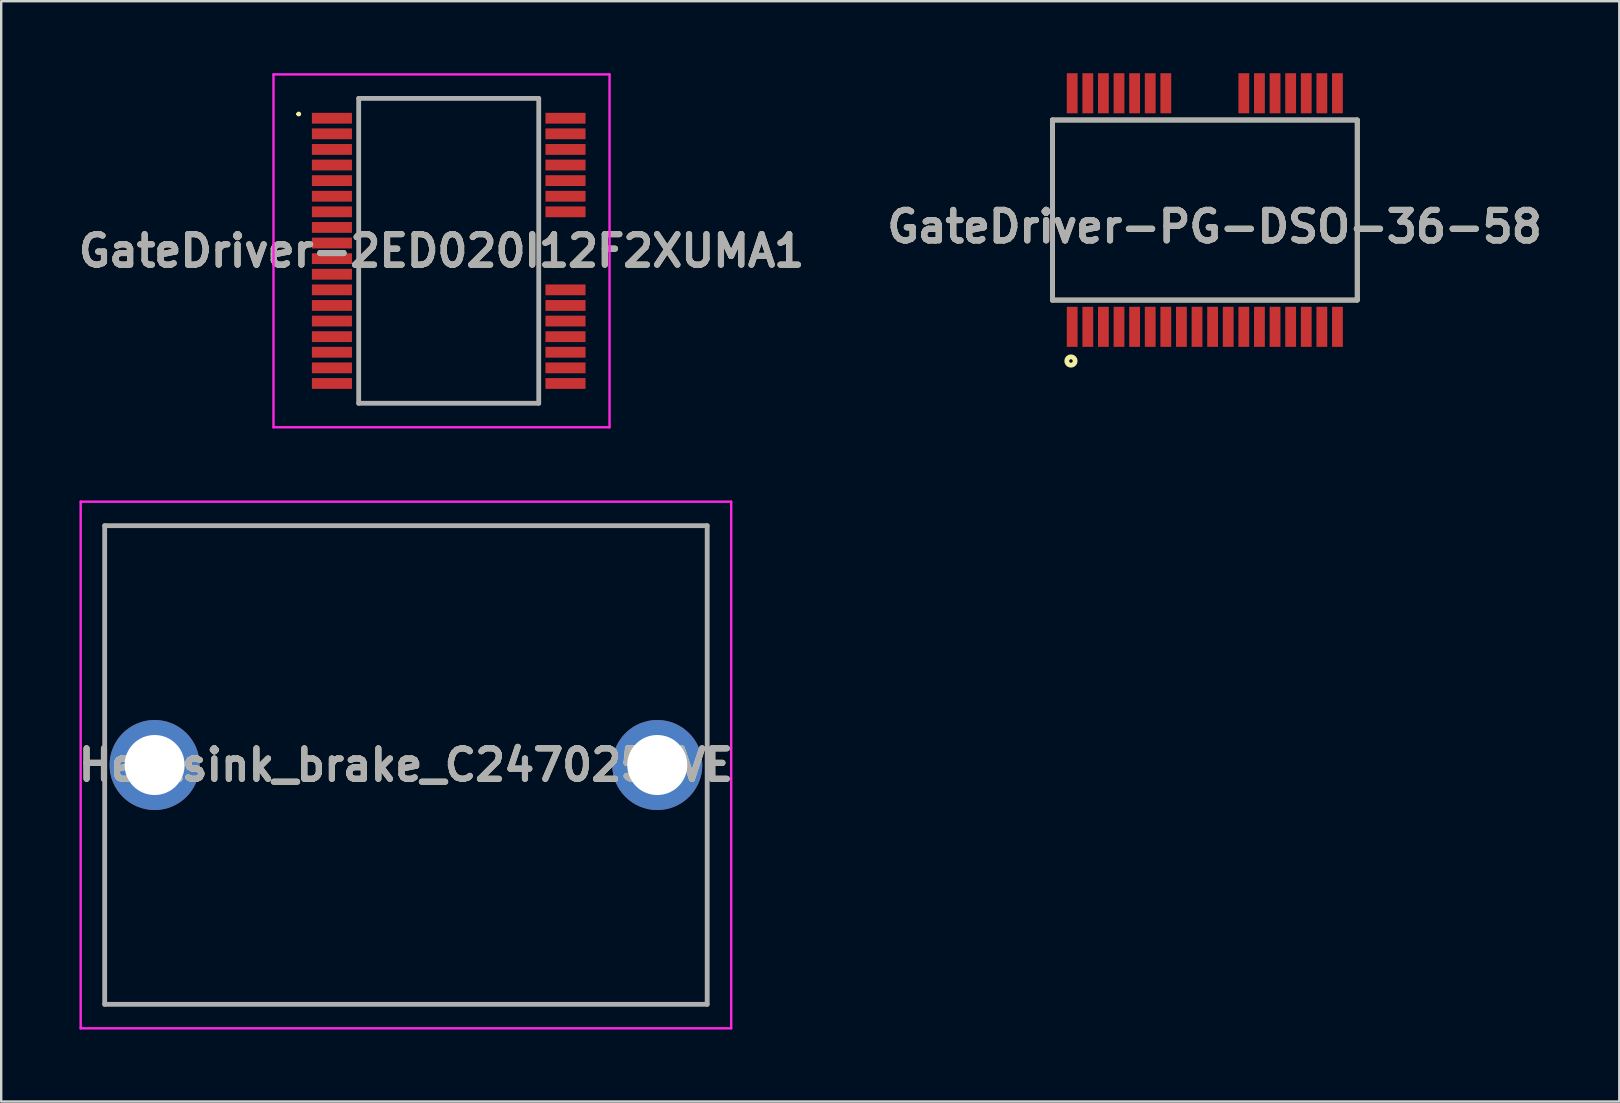
<source format=kicad_pcb>
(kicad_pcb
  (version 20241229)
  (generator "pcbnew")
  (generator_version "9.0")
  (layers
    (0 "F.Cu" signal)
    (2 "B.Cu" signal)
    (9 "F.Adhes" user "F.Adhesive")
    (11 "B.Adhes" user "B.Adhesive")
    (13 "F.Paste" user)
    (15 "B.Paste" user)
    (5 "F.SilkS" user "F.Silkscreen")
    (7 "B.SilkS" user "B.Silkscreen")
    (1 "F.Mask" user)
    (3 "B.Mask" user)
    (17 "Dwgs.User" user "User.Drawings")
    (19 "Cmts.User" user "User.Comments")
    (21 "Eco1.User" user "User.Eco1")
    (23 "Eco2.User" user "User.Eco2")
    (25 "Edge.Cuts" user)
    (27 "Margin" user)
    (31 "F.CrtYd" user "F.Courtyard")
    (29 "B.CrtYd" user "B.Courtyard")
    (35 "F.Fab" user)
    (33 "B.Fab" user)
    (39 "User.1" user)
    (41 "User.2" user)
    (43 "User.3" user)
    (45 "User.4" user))
  (footprint "GateDriver-2ED020I12F2XUMA1"
    (layer "F.Cu")
    (at 15.643 7.4)
    (property "Reference" "GateDriver-2ED020I12F2XUMA1" (at -0.3 0 0) (layer "F.SilkS") (effects (font (size 1.27 1.27) (thickness 0.254))))
    (attr smd)
    (fp_line (start -6.3 -5.7) (end -6.3 -5.7) (stroke (width 0.1) (type solid)) (layer "F.SilkS"))
    (fp_line (start -6.2 -5.7) (end -6.2 -5.7) (stroke (width 0.1) (type solid)) (layer "F.SilkS"))
    (fp_line (start -3.75 -6.35) (end 3.75 -6.35) (stroke (width 0.1) (type solid)) (layer "F.SilkS"))
    (fp_line (start -3.75 6.35) (end -3.75 -6.35) (stroke (width 0.1) (type solid)) (layer "F.SilkS"))
    (fp_line (start 3.75 -6.35) (end 3.75 6.35) (stroke (width 0.1) (type solid)) (layer "F.SilkS"))
    (fp_line (start 3.75 6.35) (end -3.75 6.35) (stroke (width 0.1) (type solid)) (layer "F.SilkS"))
    (fp_arc (start -6.3 -5.7) (mid -6.25 -5.75) (end -6.2 -5.7) (stroke (width 0.1) (type solid)) (layer "F.SilkS"))
    (fp_arc (start -6.2 -5.7) (mid -6.25 -5.65) (end -6.3 -5.7) (stroke (width 0.1) (type solid)) (layer "F.SilkS"))
    (fp_line (start -7.3 -7.35) (end 6.7 -7.35) (stroke (width 0.1) (type solid)) (layer "F.CrtYd"))
    (fp_line (start -7.3 7.35) (end -7.3 -7.35) (stroke (width 0.1) (type solid)) (layer "F.CrtYd"))
    (fp_line (start 6.7 -7.35) (end 6.7 7.35) (stroke (width 0.1) (type solid)) (layer "F.CrtYd"))
    (fp_line (start 6.7 7.35) (end -7.3 7.35) (stroke (width 0.1) (type solid)) (layer "F.CrtYd"))
    (fp_line (start -3.75 -6.35) (end 3.75 -6.35) (stroke (width 0.2) (type solid)) (layer "F.Fab"))
    (fp_line (start -3.75 6.35) (end -3.75 -6.35) (stroke (width 0.2) (type solid)) (layer "F.Fab"))
    (fp_line (start 3.75 -6.35) (end 3.75 6.35) (stroke (width 0.2) (type solid)) (layer "F.Fab"))
    (fp_line (start 3.75 6.35) (end -3.75 6.35) (stroke (width 0.2) (type solid)) (layer "F.Fab"))
    (fp_text user "${REFERENCE}" (at -0.3 0 0) (layer "F.Fab") (effects (font (size 1.27 1.27) (thickness 0.254))))
    (pad "1" smd rect (at -4.865 -5.525 90) (size 0.45 1.67) (layers "F.Cu" "F.Mask" "F.Paste"))
    (pad "2" smd rect (at -4.865 -4.875 90) (size 0.45 1.67) (layers "F.Cu" "F.Mask" "F.Paste"))
    (pad "3" smd rect (at -4.865 -4.225 90) (size 0.45 1.67) (layers "F.Cu" "F.Mask" "F.Paste"))
    (pad "4" smd rect (at -4.865 -3.575 90) (size 0.45 1.67) (layers "F.Cu" "F.Mask" "F.Paste"))
    (pad "5" smd rect (at -4.865 -2.925 90) (size 0.45 1.67) (layers "F.Cu" "F.Mask" "F.Paste"))
    (pad "6" smd rect (at -4.865 -2.275 90) (size 0.45 1.67) (layers "F.Cu" "F.Mask" "F.Paste"))
    (pad "7" smd rect (at -4.865 -1.625 90) (size 0.45 1.67) (layers "F.Cu" "F.Mask" "F.Paste"))
    (pad "8" smd rect (at -4.865 -0.975 90) (size 0.45 1.67) (layers "F.Cu" "F.Mask" "F.Paste"))
    (pad "9" smd rect (at -4.865 -0.325 90) (size 0.45 1.67) (layers "F.Cu" "F.Mask" "F.Paste"))
    (pad "10" smd rect (at -4.865 0.325 90) (size 0.45 1.67) (layers "F.Cu" "F.Mask" "F.Paste"))
    (pad "11" smd rect (at -4.865 0.975 90) (size 0.45 1.67) (layers "F.Cu" "F.Mask" "F.Paste"))
    (pad "12" smd rect (at -4.865 1.625 90) (size 0.45 1.67) (layers "F.Cu" "F.Mask" "F.Paste"))
    (pad "13" smd rect (at -4.865 2.275 90) (size 0.45 1.67) (layers "F.Cu" "F.Mask" "F.Paste"))
    (pad "14" smd rect (at -4.865 2.925 90) (size 0.45 1.67) (layers "F.Cu" "F.Mask" "F.Paste"))
    (pad "15" smd rect (at -4.865 3.575 90) (size 0.45 1.67) (layers "F.Cu" "F.Mask" "F.Paste"))
    (pad "16" smd rect (at -4.865 4.225 90) (size 0.45 1.67) (layers "F.Cu" "F.Mask" "F.Paste"))
    (pad "17" smd rect (at -4.865 4.875 90) (size 0.45 1.67) (layers "F.Cu" "F.Mask" "F.Paste"))
    (pad "18" smd rect (at -4.865 5.525 90) (size 0.45 1.67) (layers "F.Cu" "F.Mask" "F.Paste"))
    (pad "19" smd rect (at 4.865 5.525 90) (size 0.45 1.67) (layers "F.Cu" "F.Mask" "F.Paste"))
    (pad "20" smd rect (at 4.865 4.875 90) (size 0.45 1.67) (layers "F.Cu" "F.Mask" "F.Paste"))
    (pad "21" smd rect (at 4.865 4.225 90) (size 0.45 1.67) (layers "F.Cu" "F.Mask" "F.Paste"))
    (pad "22" smd rect (at 4.865 3.575 90) (size 0.45 1.67) (layers "F.Cu" "F.Mask" "F.Paste"))
    (pad "23" smd rect (at 4.865 2.925 90) (size 0.45 1.67) (layers "F.Cu" "F.Mask" "F.Paste"))
    (pad "24" smd rect (at 4.865 2.275 90) (size 0.45 1.67) (layers "F.Cu" "F.Mask" "F.Paste"))
    (pad "25" smd rect (at 4.865 1.625 90) (size 0.45 1.67) (layers "F.Cu" "F.Mask" "F.Paste"))
    (pad "30" smd rect (at 4.865 -1.625 90) (size 0.45 1.67) (layers "F.Cu" "F.Mask" "F.Paste"))
    (pad "31" smd rect (at 4.865 -2.275 90) (size 0.45 1.67) (layers "F.Cu" "F.Mask" "F.Paste"))
    (pad "32" smd rect (at 4.865 -2.925 90) (size 0.45 1.67) (layers "F.Cu" "F.Mask" "F.Paste"))
    (pad "33" smd rect (at 4.865 -3.575 90) (size 0.45 1.67) (layers "F.Cu" "F.Mask" "F.Paste"))
    (pad "34" smd rect (at 4.865 -4.225 90) (size 0.45 1.67) (layers "F.Cu" "F.Mask" "F.Paste"))
    (pad "35" smd rect (at 4.865 -4.875 90) (size 0.45 1.67) (layers "F.Cu" "F.Mask" "F.Paste"))
    (pad "36" smd rect (at 4.865 -5.525 90) (size 0.45 1.67) (layers "F.Cu" "F.Mask" "F.Paste")))
  (footprint "Heatsink_brake_C2470251VE"
    (layer "F.Cu")
    (at 3.391 28.82)
    (property "Reference" "Heatsink_brake_C2470251VE" (at 10.47 0 0) (layer "F.SilkS") (effects (font (size 1.27 1.27) (thickness 0.254))))
    (attr through_hole)
    (fp_line (start -2.08 -9.97) (end 23.02 -9.97) (stroke (width 0.1) (type solid)) (layer "F.SilkS"))
    (fp_line (start -2.08 9.97) (end -2.08 -9.97) (stroke (width 0.1) (type solid)) (layer "F.SilkS"))
    (fp_line (start 23.02 -9.97) (end 23.02 9.97) (stroke (width 0.1) (type solid)) (layer "F.SilkS"))
    (fp_line (start 23.02 9.97) (end -2.08 9.97) (stroke (width 0.1) (type solid)) (layer "F.SilkS"))
    (fp_line (start -3.08 -10.97) (end 24.02 -10.97) (stroke (width 0.1) (type solid)) (layer "F.CrtYd"))
    (fp_line (start -3.08 10.97) (end -3.08 -10.97) (stroke (width 0.1) (type solid)) (layer "F.CrtYd"))
    (fp_line (start 24.02 -10.97) (end 24.02 10.97) (stroke (width 0.1) (type solid)) (layer "F.CrtYd"))
    (fp_line (start 24.02 10.97) (end -3.08 10.97) (stroke (width 0.1) (type solid)) (layer "F.CrtYd"))
    (fp_line (start -2.08 -9.97) (end 23.02 -9.97) (stroke (width 0.2) (type solid)) (layer "F.Fab"))
    (fp_line (start -2.08 9.97) (end -2.08 -9.97) (stroke (width 0.2) (type solid)) (layer "F.Fab"))
    (fp_line (start 23.02 -9.97) (end 23.02 9.97) (stroke (width 0.2) (type solid)) (layer "F.Fab"))
    (fp_line (start 23.02 9.97) (end -2.08 9.97) (stroke (width 0.2) (type solid)) (layer "F.Fab"))
    (fp_text user "${REFERENCE}" (at 10.47 0 0) (layer "F.Fab") (effects (font (size 1.27 1.27) (thickness 0.254))))
    (pad "1" thru_hole circle (at 0 0) (size 3.75 3.75) (drill 2.5) (layers "*.Cu" "*.Mask"))
    (pad "2" thru_hole circle (at 20.94 0) (size 3.75 3.75) (drill 2.5) (layers "*.Cu" "*.Mask")))
  (footprint "GateDriver-PG-DSO-36-58"
    (layer "F.Cu")
    (at 47.142 5.7)
    (property "Reference" "GateDriver-PG-DSO-36-58" (at 0.405 0.69 0) (layer "F.SilkS") (effects (font (size 1.27 1.27) (thickness 0.254))))
    (attr smd)
    (fp_line (start -6.35 -3.75) (end -6.35 3.75) (stroke (width 0.2) (type solid)) (layer "F.SilkS"))
    (fp_line (start -6.35 3.75) (end 6.35 3.75) (stroke (width 0.2) (type solid)) (layer "F.SilkS"))
    (fp_line (start 6.35 -3.75) (end -6.35 -3.75) (stroke (width 0.2) (type solid)) (layer "F.SilkS"))
    (fp_line (start 6.35 3.75) (end 6.35 -3.75) (stroke (width 0.2) (type solid)) (layer "F.SilkS"))
    (fp_circle (center -5.577 6.289) (end -5.577 6.362) (stroke (width 0.2) (type solid)) (fill no) (layer "F.SilkS"))
    (fp_line (start -6.35 -3.75) (end 6.35 -3.75) (stroke (width 0.2) (type solid)) (layer "F.Fab"))
    (fp_line (start -6.35 3.75) (end -6.35 -3.75) (stroke (width 0.2) (type solid)) (layer "F.Fab"))
    (fp_line (start 6.35 -3.75) (end 6.35 3.75) (stroke (width 0.2) (type solid)) (layer "F.Fab"))
    (fp_line (start 6.35 3.75) (end -6.35 3.75) (stroke (width 0.2) (type solid)) (layer "F.Fab"))
    (fp_text user "${REFERENCE}" (at 0.405 0.69 0) (layer "F.Fab") (effects (font (size 1.27 1.27) (thickness 0.254))))
    (pad "1" smd rect (at -5.525 4.865) (size 0.45 1.67) (layers "F.Cu" "F.Mask" "F.Paste"))
    (pad "2" smd rect (at -4.875 4.865) (size 0.45 1.67) (layers "F.Cu" "F.Mask" "F.Paste"))
    (pad "3" smd rect (at -4.225 4.865) (size 0.45 1.67) (layers "F.Cu" "F.Mask" "F.Paste"))
    (pad "4" smd rect (at -3.575 4.865) (size 0.45 1.67) (layers "F.Cu" "F.Mask" "F.Paste"))
    (pad "5" smd rect (at -2.925 4.865) (size 0.45 1.67) (layers "F.Cu" "F.Mask" "F.Paste"))
    (pad "6" smd rect (at -2.275 4.865) (size 0.45 1.67) (layers "F.Cu" "F.Mask" "F.Paste"))
    (pad "7" smd rect (at -1.625 4.865) (size 0.45 1.67) (layers "F.Cu" "F.Mask" "F.Paste"))
    (pad "8" smd rect (at -0.975 4.865) (size 0.45 1.67) (layers "F.Cu" "F.Mask" "F.Paste"))
    (pad "9" smd rect (at -0.325 4.865) (size 0.45 1.67) (layers "F.Cu" "F.Mask" "F.Paste"))
    (pad "10" smd rect (at 0.325 4.865) (size 0.45 1.67) (layers "F.Cu" "F.Mask" "F.Paste"))
    (pad "11" smd rect (at 0.975 4.865) (size 0.45 1.67) (layers "F.Cu" "F.Mask" "F.Paste"))
    (pad "12" smd rect (at 1.625 4.865) (size 0.45 1.67) (layers "F.Cu" "F.Mask" "F.Paste"))
    (pad "13" smd rect (at 2.275 4.865) (size 0.45 1.67) (layers "F.Cu" "F.Mask" "F.Paste"))
    (pad "14" smd rect (at 2.925 4.865) (size 0.45 1.67) (layers "F.Cu" "F.Mask" "F.Paste"))
    (pad "15" smd rect (at 3.575 4.865) (size 0.45 1.67) (layers "F.Cu" "F.Mask" "F.Paste"))
    (pad "16" smd rect (at 4.225 4.865) (size 0.45 1.67) (layers "F.Cu" "F.Mask" "F.Paste"))
    (pad "17" smd rect (at 4.875 4.865) (size 0.45 1.67) (layers "F.Cu" "F.Mask" "F.Paste"))
    (pad "18" smd rect (at 5.525 4.865) (size 0.45 1.67) (layers "F.Cu" "F.Mask" "F.Paste"))
    (pad "19" smd rect (at 5.525 -4.865) (size 0.45 1.67) (layers "F.Cu" "F.Mask" "F.Paste"))
    (pad "20" smd rect (at 4.875 -4.865) (size 0.45 1.67) (layers "F.Cu" "F.Mask" "F.Paste"))
    (pad "21" smd rect (at 4.225 -4.865) (size 0.45 1.67) (layers "F.Cu" "F.Mask" "F.Paste"))
    (pad "22" smd rect (at 3.575 -4.865) (size 0.45 1.67) (layers "F.Cu" "F.Mask" "F.Paste"))
    (pad "23" smd rect (at 2.925 -4.865) (size 0.45 1.67) (layers "F.Cu" "F.Mask" "F.Paste"))
    (pad "24" smd rect (at 2.275 -4.865) (size 0.45 1.67) (layers "F.Cu" "F.Mask" "F.Paste"))
    (pad "25" smd rect (at 1.625 -4.865) (size 0.45 1.67) (layers "F.Cu" "F.Mask" "F.Paste"))
    (pad "30" smd rect (at -1.625 -4.865) (size 0.45 1.67) (layers "F.Cu" "F.Mask" "F.Paste"))
    (pad "31" smd rect (at -2.275 -4.865) (size 0.45 1.67) (layers "F.Cu" "F.Mask" "F.Paste"))
    (pad "32" smd rect (at -2.925 -4.865) (size 0.45 1.67) (layers "F.Cu" "F.Mask" "F.Paste"))
    (pad "33" smd rect (at -3.575 -4.865) (size 0.45 1.67) (layers "F.Cu" "F.Mask" "F.Paste"))
    (pad "34" smd rect (at -4.225 -4.865) (size 0.45 1.67) (layers "F.Cu" "F.Mask" "F.Paste"))
    (pad "35" smd rect (at -4.875 -4.865) (size 0.45 1.67) (layers "F.Cu" "F.Mask" "F.Paste"))
    (pad "36" smd rect (at -5.525 -4.865) (size 0.45 1.67) (layers "F.Cu" "F.Mask" "F.Paste")))
  (gr_rect
    (start -3 -3)
    (end 64.408 42.84)
    (stroke (width 0.1) (type default))
    (fill no)
    (layer "Edge.Cuts")))
</source>
